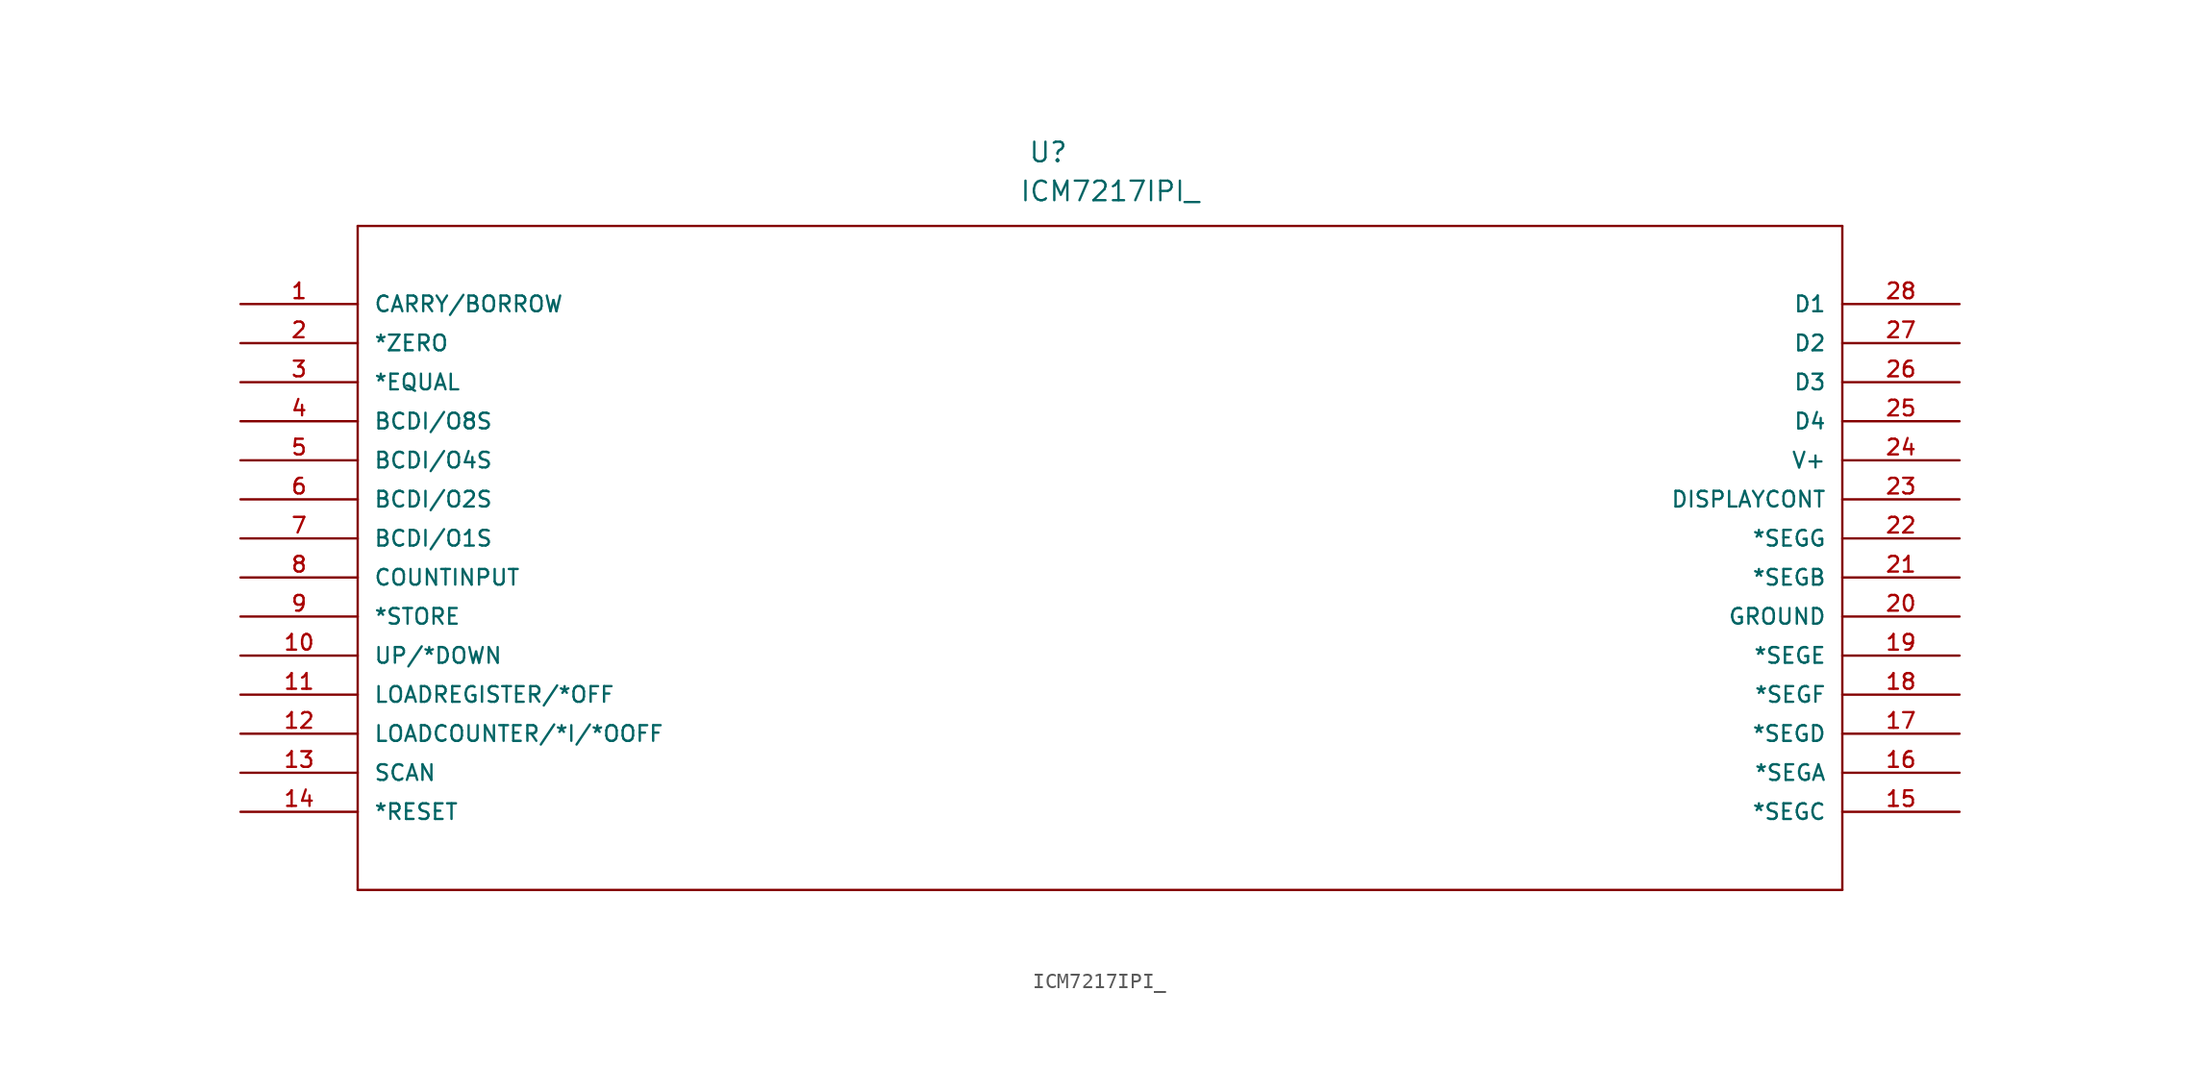
<source format=kicad_sym>
(kicad_symbol_lib
  (version 20211014)
  (generator kicad_symbol_editor)
  (symbol "ICM7217IPI_"
    (pin_names
      (offset 1.016))
    (property "Reference" "U"
      (at 51.204 9.127 0.0)
      (effects (font (size 1.27 1.27)) (justify bottom left)))
    (property "Value" "ICM7217IPI_"
      (at 50.632 6.593 0.0)
      (effects (font (size 1.27 1.27)) (justify bottom left)))
    (symbol "ICM7217IPI__0_0"
      (polyline (pts (xy 7.62 5.08) (xy 7.62 -38.1)) (stroke (width 0.152)))
      (polyline (pts (xy 7.62 -38.1) (xy 104.14 -38.1)) (stroke (width 0.152)))
      (polyline (pts (xy 104.14 -38.1) (xy 104.14 5.08)) (stroke (width 0.152)))
      (polyline (pts (xy 104.14 5.08) (xy 7.62 5.08)) (stroke (width 0.152)))
      (pin passive line (at 0.0 0.0 0) (length 7.62) (name "CARRY/BORROW" (effects (font (size 1.016 1.016)))) (number "1" (effects (font (size 1.016 1.016)))))
      (pin passive line (at 0.0 -2.54 0) (length 7.62) (name "*ZERO" (effects (font (size 1.016 1.016)))) (number "2" (effects (font (size 1.016 1.016)))))
      (pin passive line (at 0.0 -5.08 0) (length 7.62) (name "*EQUAL" (effects (font (size 1.016 1.016)))) (number "3" (effects (font (size 1.016 1.016)))))
      (pin passive line (at 0.0 -7.62 0) (length 7.62) (name "BCDI/O8S" (effects (font (size 1.016 1.016)))) (number "4" (effects (font (size 1.016 1.016)))))
      (pin passive line (at 0.0 -10.16 0) (length 7.62) (name "BCDI/O4S" (effects (font (size 1.016 1.016)))) (number "5" (effects (font (size 1.016 1.016)))))
      (pin passive line (at 0.0 -12.7 0) (length 7.62) (name "BCDI/O2S" (effects (font (size 1.016 1.016)))) (number "6" (effects (font (size 1.016 1.016)))))
      (pin passive line (at 0.0 -15.24 0) (length 7.62) (name "BCDI/O1S" (effects (font (size 1.016 1.016)))) (number "7" (effects (font (size 1.016 1.016)))))
      (pin passive line (at 0.0 -17.78 0) (length 7.62) (name "COUNTINPUT" (effects (font (size 1.016 1.016)))) (number "8" (effects (font (size 1.016 1.016)))))
      (pin passive line (at 0.0 -20.32 0) (length 7.62) (name "*STORE" (effects (font (size 1.016 1.016)))) (number "9" (effects (font (size 1.016 1.016)))))
      (pin passive line (at 0.0 -22.86 0) (length 7.62) (name "UP/*DOWN" (effects (font (size 1.016 1.016)))) (number "10" (effects (font (size 1.016 1.016)))))
      (pin passive line (at 0.0 -25.4 0) (length 7.62) (name "LOADREGISTER/*OFF" (effects (font (size 1.016 1.016)))) (number "11" (effects (font (size 1.016 1.016)))))
      (pin passive line (at 0.0 -27.94 0) (length 7.62) (name "LOADCOUNTER/*I/*OOFF" (effects (font (size 1.016 1.016)))) (number "12" (effects (font (size 1.016 1.016)))))
      (pin passive line (at 0.0 -30.48 0) (length 7.62) (name "SCAN" (effects (font (size 1.016 1.016)))) (number "13" (effects (font (size 1.016 1.016)))))
      (pin passive line (at 0.0 -33.02 0) (length 7.62) (name "*RESET" (effects (font (size 1.016 1.016)))) (number "14" (effects (font (size 1.016 1.016)))))
      (pin passive line (at 111.76 -33.02 180.0) (length 7.62) (name "*SEGC" (effects (font (size 1.016 1.016)))) (number "15" (effects (font (size 1.016 1.016)))))
      (pin passive line (at 111.76 -30.48 180.0) (length 7.62) (name "*SEGA" (effects (font (size 1.016 1.016)))) (number "16" (effects (font (size 1.016 1.016)))))
      (pin passive line (at 111.76 -27.94 180.0) (length 7.62) (name "*SEGD" (effects (font (size 1.016 1.016)))) (number "17" (effects (font (size 1.016 1.016)))))
      (pin passive line (at 111.76 -25.4 180.0) (length 7.62) (name "*SEGF" (effects (font (size 1.016 1.016)))) (number "18" (effects (font (size 1.016 1.016)))))
      (pin passive line (at 111.76 -22.86 180.0) (length 7.62) (name "*SEGE" (effects (font (size 1.016 1.016)))) (number "19" (effects (font (size 1.016 1.016)))))
      (pin power_in line (at 111.76 -20.32 180.0) (length 7.62) (name "GROUND" (effects (font (size 1.016 1.016)))) (number "20" (effects (font (size 1.016 1.016)))))
      (pin passive line (at 111.76 -17.78 180.0) (length 7.62) (name "*SEGB" (effects (font (size 1.016 1.016)))) (number "21" (effects (font (size 1.016 1.016)))))
      (pin passive line (at 111.76 -15.24 180.0) (length 7.62) (name "*SEGG" (effects (font (size 1.016 1.016)))) (number "22" (effects (font (size 1.016 1.016)))))
      (pin passive line (at 111.76 -12.7 180.0) (length 7.62) (name "DISPLAYCONT" (effects (font (size 1.016 1.016)))) (number "23" (effects (font (size 1.016 1.016)))))
      (pin power_in line (at 111.76 -10.16 180.0) (length 7.62) (name "V+" (effects (font (size 1.016 1.016)))) (number "24" (effects (font (size 1.016 1.016)))))
      (pin passive line (at 111.76 -7.62 180.0) (length 7.62) (name "D4" (effects (font (size 1.016 1.016)))) (number "25" (effects (font (size 1.016 1.016)))))
      (pin passive line (at 111.76 -5.08 180.0) (length 7.62) (name "D3" (effects (font (size 1.016 1.016)))) (number "26" (effects (font (size 1.016 1.016)))))
      (pin passive line (at 111.76 -2.54 180.0) (length 7.62) (name "D2" (effects (font (size 1.016 1.016)))) (number "27" (effects (font (size 1.016 1.016)))))
      (pin passive line (at 111.76 0.0 180.0) (length 7.62) (name "D1" (effects (font (size 1.016 1.016)))) (number "28" (effects (font (size 1.016 1.016))))))))
</source>
